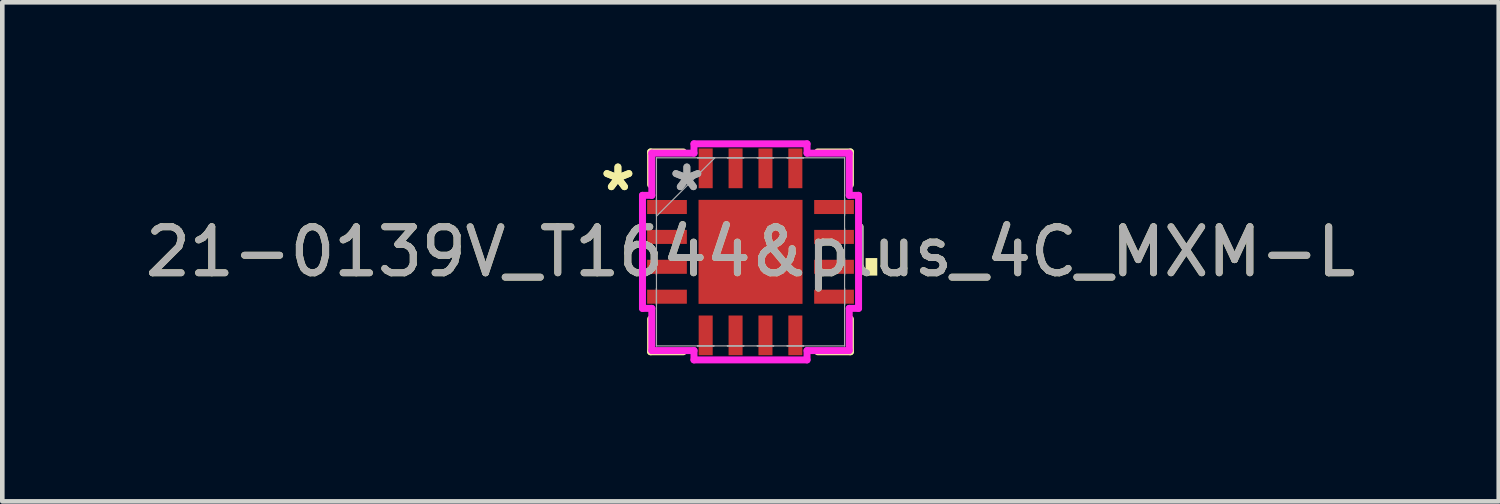
<source format=kicad_pcb>
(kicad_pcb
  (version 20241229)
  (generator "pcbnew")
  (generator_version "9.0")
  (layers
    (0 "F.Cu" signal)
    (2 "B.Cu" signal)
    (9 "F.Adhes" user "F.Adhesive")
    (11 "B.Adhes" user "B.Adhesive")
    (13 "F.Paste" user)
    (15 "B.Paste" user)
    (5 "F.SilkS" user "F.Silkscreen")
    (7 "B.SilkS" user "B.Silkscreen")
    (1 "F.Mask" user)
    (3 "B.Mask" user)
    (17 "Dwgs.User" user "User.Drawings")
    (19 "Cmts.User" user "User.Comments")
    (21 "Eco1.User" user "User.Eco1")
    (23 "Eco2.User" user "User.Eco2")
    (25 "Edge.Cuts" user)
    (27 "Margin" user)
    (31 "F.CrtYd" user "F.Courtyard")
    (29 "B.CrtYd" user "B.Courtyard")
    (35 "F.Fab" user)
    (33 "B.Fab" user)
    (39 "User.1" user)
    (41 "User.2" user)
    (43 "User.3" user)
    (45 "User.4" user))
  (footprint "21-0139V_T1644&plus_4C_MXM-L"
    (layer "F.Cu")
    (at 13.268 2.426)
    (property "Reference" "21-0139V_T1644&plus_4C_MXM-L" (at 0 0 0) (unlocked yes) (layer "F.SilkS") (effects (font (size 1 1) (thickness 0.15))))
    (attr smd)
    (fp_line (start -2.172 -2.172) (end -2.172 -1.46) (stroke (width 0.152) (type solid)) (layer "F.SilkS"))
    (fp_line (start -2.172 1.46) (end -2.172 2.172) (stroke (width 0.152) (type solid)) (layer "F.SilkS"))
    (fp_line (start -2.172 2.172) (end -1.46 2.172) (stroke (width 0.152) (type solid)) (layer "F.SilkS"))
    (fp_line (start -1.46 -2.172) (end -2.172 -2.172) (stroke (width 0.152) (type solid)) (layer "F.SilkS"))
    (fp_line (start 1.46 2.172) (end 2.172 2.172) (stroke (width 0.152) (type solid)) (layer "F.SilkS"))
    (fp_line (start 2.172 -2.172) (end 1.46 -2.172) (stroke (width 0.152) (type solid)) (layer "F.SilkS"))
    (fp_line (start 2.172 -1.46) (end 2.172 -2.172) (stroke (width 0.152) (type solid)) (layer "F.SilkS"))
    (fp_line (start 2.172 2.172) (end 2.172 1.46) (stroke (width 0.152) (type solid)) (layer "F.SilkS"))
    (fp_poly (pts (xy 2.756 0.135) (xy 2.756 0.516) (xy 2.502 0.516) (xy 2.502 0.135)) (stroke (width 0) (type solid)) (fill yes) (layer "F.SilkS"))
    (fp_line (start -2.349 -1.229) (end -2.146 -1.229) (stroke (width 0.152) (type solid)) (layer "F.CrtYd"))
    (fp_line (start -2.349 1.229) (end -2.349 -1.229) (stroke (width 0.152) (type solid)) (layer "F.CrtYd"))
    (fp_line (start -2.146 -2.146) (end -1.229 -2.146) (stroke (width 0.152) (type solid)) (layer "F.CrtYd"))
    (fp_line (start -2.146 -1.229) (end -2.146 -2.146) (stroke (width 0.152) (type solid)) (layer "F.CrtYd"))
    (fp_line (start -2.146 1.229) (end -2.349 1.229) (stroke (width 0.152) (type solid)) (layer "F.CrtYd"))
    (fp_line (start -2.146 2.146) (end -2.146 1.229) (stroke (width 0.152) (type solid)) (layer "F.CrtYd"))
    (fp_line (start -1.229 -2.349) (end 1.229 -2.349) (stroke (width 0.152) (type solid)) (layer "F.CrtYd"))
    (fp_line (start -1.229 -2.146) (end -1.229 -2.349) (stroke (width 0.152) (type solid)) (layer "F.CrtYd"))
    (fp_line (start -1.229 2.146) (end -2.146 2.146) (stroke (width 0.152) (type solid)) (layer "F.CrtYd"))
    (fp_line (start -1.229 2.349) (end -1.229 2.146) (stroke (width 0.152) (type solid)) (layer "F.CrtYd"))
    (fp_line (start 1.229 -2.349) (end 1.229 -2.146) (stroke (width 0.152) (type solid)) (layer "F.CrtYd"))
    (fp_line (start 1.229 -2.146) (end 2.146 -2.146) (stroke (width 0.152) (type solid)) (layer "F.CrtYd"))
    (fp_line (start 1.229 2.146) (end 1.229 2.349) (stroke (width 0.152) (type solid)) (layer "F.CrtYd"))
    (fp_line (start 1.229 2.349) (end -1.229 2.349) (stroke (width 0.152) (type solid)) (layer "F.CrtYd"))
    (fp_line (start 2.146 -2.146) (end 2.146 -1.229) (stroke (width 0.152) (type solid)) (layer "F.CrtYd"))
    (fp_line (start 2.146 -1.229) (end 2.349 -1.229) (stroke (width 0.152) (type solid)) (layer "F.CrtYd"))
    (fp_line (start 2.146 1.229) (end 2.146 2.146) (stroke (width 0.152) (type solid)) (layer "F.CrtYd"))
    (fp_line (start 2.146 2.146) (end 1.229 2.146) (stroke (width 0.152) (type solid)) (layer "F.CrtYd"))
    (fp_line (start 2.349 -1.229) (end 2.349 1.229) (stroke (width 0.152) (type solid)) (layer "F.CrtYd"))
    (fp_line (start 2.349 1.229) (end 2.146 1.229) (stroke (width 0.152) (type solid)) (layer "F.CrtYd"))
    (fp_line (start -2.045 -2.045) (end -2.045 -2.045) (stroke (width 0.025) (type solid)) (layer "F.Fab"))
    (fp_line (start -2.045 -2.045) (end -2.045 2.045) (stroke (width 0.025) (type solid)) (layer "F.Fab"))
    (fp_line (start -2.045 -1.153) (end -2.045 -1.153) (stroke (width 0.025) (type solid)) (layer "F.Fab"))
    (fp_line (start -2.045 -1.153) (end -2.045 -0.797) (stroke (width 0.025) (type solid)) (layer "F.Fab"))
    (fp_line (start -2.045 -0.797) (end -2.045 -1.153) (stroke (width 0.025) (type solid)) (layer "F.Fab"))
    (fp_line (start -2.045 -0.797) (end -2.045 -0.797) (stroke (width 0.025) (type solid)) (layer "F.Fab"))
    (fp_line (start -2.045 -0.775) (end -0.775 -2.045) (stroke (width 0.025) (type solid)) (layer "F.Fab"))
    (fp_line (start -2.045 -0.503) (end -2.045 -0.503) (stroke (width 0.025) (type solid)) (layer "F.Fab"))
    (fp_line (start -2.045 -0.503) (end -2.045 -0.147) (stroke (width 0.025) (type solid)) (layer "F.Fab"))
    (fp_line (start -2.045 -0.147) (end -2.045 -0.503) (stroke (width 0.025) (type solid)) (layer "F.Fab"))
    (fp_line (start -2.045 -0.147) (end -2.045 -0.147) (stroke (width 0.025) (type solid)) (layer "F.Fab"))
    (fp_line (start -2.045 0.147) (end -2.045 0.147) (stroke (width 0.025) (type solid)) (layer "F.Fab"))
    (fp_line (start -2.045 0.147) (end -2.045 0.503) (stroke (width 0.025) (type solid)) (layer "F.Fab"))
    (fp_line (start -2.045 0.503) (end -2.045 0.147) (stroke (width 0.025) (type solid)) (layer "F.Fab"))
    (fp_line (start -2.045 0.503) (end -2.045 0.503) (stroke (width 0.025) (type solid)) (layer "F.Fab"))
    (fp_line (start -2.045 0.797) (end -2.045 0.797) (stroke (width 0.025) (type solid)) (layer "F.Fab"))
    (fp_line (start -2.045 0.797) (end -2.045 1.153) (stroke (width 0.025) (type solid)) (layer "F.Fab"))
    (fp_line (start -2.045 1.153) (end -2.045 0.797) (stroke (width 0.025) (type solid)) (layer "F.Fab"))
    (fp_line (start -2.045 1.153) (end -2.045 1.153) (stroke (width 0.025) (type solid)) (layer "F.Fab"))
    (fp_line (start -2.045 2.045) (end -2.045 2.045) (stroke (width 0.025) (type solid)) (layer "F.Fab"))
    (fp_line (start -2.045 2.045) (end 2.045 2.045) (stroke (width 0.025) (type solid)) (layer "F.Fab"))
    (fp_line (start -1.153 -2.045) (end -1.153 -2.045) (stroke (width 0.025) (type solid)) (layer "F.Fab"))
    (fp_line (start -1.153 -2.045) (end -0.797 -2.045) (stroke (width 0.025) (type solid)) (layer "F.Fab"))
    (fp_line (start -1.153 2.045) (end -1.153 2.045) (stroke (width 0.025) (type solid)) (layer "F.Fab"))
    (fp_line (start -1.153 2.045) (end -0.797 2.045) (stroke (width 0.025) (type solid)) (layer "F.Fab"))
    (fp_line (start -0.797 -2.045) (end -1.153 -2.045) (stroke (width 0.025) (type solid)) (layer "F.Fab"))
    (fp_line (start -0.797 -2.045) (end -0.797 -2.045) (stroke (width 0.025) (type solid)) (layer "F.Fab"))
    (fp_line (start -0.797 2.045) (end -1.153 2.045) (stroke (width 0.025) (type solid)) (layer "F.Fab"))
    (fp_line (start -0.797 2.045) (end -0.797 2.045) (stroke (width 0.025) (type solid)) (layer "F.Fab"))
    (fp_line (start -0.503 -2.045) (end -0.503 -2.045) (stroke (width 0.025) (type solid)) (layer "F.Fab"))
    (fp_line (start -0.503 -2.045) (end -0.147 -2.045) (stroke (width 0.025) (type solid)) (layer "F.Fab"))
    (fp_line (start -0.503 2.045) (end -0.503 2.045) (stroke (width 0.025) (type solid)) (layer "F.Fab"))
    (fp_line (start -0.503 2.045) (end -0.147 2.045) (stroke (width 0.025) (type solid)) (layer "F.Fab"))
    (fp_line (start -0.147 -2.045) (end -0.503 -2.045) (stroke (width 0.025) (type solid)) (layer "F.Fab"))
    (fp_line (start -0.147 -2.045) (end -0.147 -2.045) (stroke (width 0.025) (type solid)) (layer "F.Fab"))
    (fp_line (start -0.147 2.045) (end -0.503 2.045) (stroke (width 0.025) (type solid)) (layer "F.Fab"))
    (fp_line (start -0.147 2.045) (end -0.147 2.045) (stroke (width 0.025) (type solid)) (layer "F.Fab"))
    (fp_line (start 0.147 -2.045) (end 0.147 -2.045) (stroke (width 0.025) (type solid)) (layer "F.Fab"))
    (fp_line (start 0.147 -2.045) (end 0.503 -2.045) (stroke (width 0.025) (type solid)) (layer "F.Fab"))
    (fp_line (start 0.147 2.045) (end 0.147 2.045) (stroke (width 0.025) (type solid)) (layer "F.Fab"))
    (fp_line (start 0.147 2.045) (end 0.503 2.045) (stroke (width 0.025) (type solid)) (layer "F.Fab"))
    (fp_line (start 0.503 -2.045) (end 0.147 -2.045) (stroke (width 0.025) (type solid)) (layer "F.Fab"))
    (fp_line (start 0.503 -2.045) (end 0.503 -2.045) (stroke (width 0.025) (type solid)) (layer "F.Fab"))
    (fp_line (start 0.503 2.045) (end 0.147 2.045) (stroke (width 0.025) (type solid)) (layer "F.Fab"))
    (fp_line (start 0.503 2.045) (end 0.503 2.045) (stroke (width 0.025) (type solid)) (layer "F.Fab"))
    (fp_line (start 0.797 -2.045) (end 0.797 -2.045) (stroke (width 0.025) (type solid)) (layer "F.Fab"))
    (fp_line (start 0.797 -2.045) (end 1.153 -2.045) (stroke (width 0.025) (type solid)) (layer "F.Fab"))
    (fp_line (start 0.797 2.045) (end 0.797 2.045) (stroke (width 0.025) (type solid)) (layer "F.Fab"))
    (fp_line (start 0.797 2.045) (end 1.153 2.045) (stroke (width 0.025) (type solid)) (layer "F.Fab"))
    (fp_line (start 1.153 -2.045) (end 0.797 -2.045) (stroke (width 0.025) (type solid)) (layer "F.Fab"))
    (fp_line (start 1.153 -2.045) (end 1.153 -2.045) (stroke (width 0.025) (type solid)) (layer "F.Fab"))
    (fp_line (start 1.153 2.045) (end 0.797 2.045) (stroke (width 0.025) (type solid)) (layer "F.Fab"))
    (fp_line (start 1.153 2.045) (end 1.153 2.045) (stroke (width 0.025) (type solid)) (layer "F.Fab"))
    (fp_line (start 2.045 -2.045) (end -2.045 -2.045) (stroke (width 0.025) (type solid)) (layer "F.Fab"))
    (fp_line (start 2.045 -2.045) (end 2.045 -2.045) (stroke (width 0.025) (type solid)) (layer "F.Fab"))
    (fp_line (start 2.045 -1.153) (end 2.045 -1.153) (stroke (width 0.025) (type solid)) (layer "F.Fab"))
    (fp_line (start 2.045 -1.153) (end 2.045 -0.797) (stroke (width 0.025) (type solid)) (layer "F.Fab"))
    (fp_line (start 2.045 -0.797) (end 2.045 -1.153) (stroke (width 0.025) (type solid)) (layer "F.Fab"))
    (fp_line (start 2.045 -0.797) (end 2.045 -0.797) (stroke (width 0.025) (type solid)) (layer "F.Fab"))
    (fp_line (start 2.045 -0.503) (end 2.045 -0.503) (stroke (width 0.025) (type solid)) (layer "F.Fab"))
    (fp_line (start 2.045 -0.503) (end 2.045 -0.147) (stroke (width 0.025) (type solid)) (layer "F.Fab"))
    (fp_line (start 2.045 -0.147) (end 2.045 -0.503) (stroke (width 0.025) (type solid)) (layer "F.Fab"))
    (fp_line (start 2.045 -0.147) (end 2.045 -0.147) (stroke (width 0.025) (type solid)) (layer "F.Fab"))
    (fp_line (start 2.045 0.147) (end 2.045 0.147) (stroke (width 0.025) (type solid)) (layer "F.Fab"))
    (fp_line (start 2.045 0.147) (end 2.045 0.503) (stroke (width 0.025) (type solid)) (layer "F.Fab"))
    (fp_line (start 2.045 0.503) (end 2.045 0.147) (stroke (width 0.025) (type solid)) (layer "F.Fab"))
    (fp_line (start 2.045 0.503) (end 2.045 0.503) (stroke (width 0.025) (type solid)) (layer "F.Fab"))
    (fp_line (start 2.045 0.797) (end 2.045 0.797) (stroke (width 0.025) (type solid)) (layer "F.Fab"))
    (fp_line (start 2.045 0.797) (end 2.045 1.153) (stroke (width 0.025) (type solid)) (layer "F.Fab"))
    (fp_line (start 2.045 1.153) (end 2.045 0.797) (stroke (width 0.025) (type solid)) (layer "F.Fab"))
    (fp_line (start 2.045 1.153) (end 2.045 1.153) (stroke (width 0.025) (type solid)) (layer "F.Fab"))
    (fp_line (start 2.045 2.045) (end 2.045 -2.045) (stroke (width 0.025) (type solid)) (layer "F.Fab"))
    (fp_line (start 2.045 2.045) (end 2.045 2.045) (stroke (width 0.025) (type solid)) (layer "F.Fab"))
    (fp_text user "*" (at -2.883 -1.3 0) (unlocked yes) (layer "F.SilkS") (effects (font (size 1 1) (thickness 0.15))))
    (fp_text user "*" (at -2.883 -1.3 0) (layer "F.SilkS") (effects (font (size 1 1) (thickness 0.15))))
    (fp_text user "*" (at -1.384 -1.3 0) (unlocked yes) (layer "F.Fab") (effects (font (size 1 1) (thickness 0.15))))
    (fp_text user "${REFERENCE}" (at 0 0 0) (unlocked yes) (layer "F.Fab") (effects (font (size 1 1) (thickness 0.15))))
    (fp_text user "*" (at -1.384 -1.3 0) (layer "F.Fab") (effects (font (size 1 1) (thickness 0.15))))
    (pad "1" smd rect (at -1.816 -0.975 90) (size 0.305 0.864) (layers "F.Cu" "F.Mask" "F.Paste"))
    (pad "2" smd rect (at -1.816 -0.325 90) (size 0.305 0.864) (layers "F.Cu" "F.Mask" "F.Paste"))
    (pad "3" smd rect (at -1.816 0.325 90) (size 0.305 0.864) (layers "F.Cu" "F.Mask" "F.Paste"))
    (pad "4" smd rect (at -1.816 0.975 90) (size 0.305 0.864) (layers "F.Cu" "F.Mask" "F.Paste"))
    (pad "5" smd rect (at -0.975 1.816) (size 0.305 0.864) (layers "F.Cu" "F.Mask" "F.Paste"))
    (pad "6" smd rect (at -0.325 1.816) (size 0.305 0.864) (layers "F.Cu" "F.Mask" "F.Paste"))
    (pad "7" smd rect (at 0.325 1.816) (size 0.305 0.864) (layers "F.Cu" "F.Mask" "F.Paste"))
    (pad "8" smd rect (at 0.975 1.816) (size 0.305 0.864) (layers "F.Cu" "F.Mask" "F.Paste"))
    (pad "9" smd rect (at 1.816 0.975 90) (size 0.305 0.864) (layers "F.Cu" "F.Mask" "F.Paste"))
    (pad "10" smd rect (at 1.816 0.325 90) (size 0.305 0.864) (layers "F.Cu" "F.Mask" "F.Paste"))
    (pad "11" smd rect (at 1.816 -0.325 90) (size 0.305 0.864) (layers "F.Cu" "F.Mask" "F.Paste"))
    (pad "12" smd rect (at 1.816 -0.975 90) (size 0.305 0.864) (layers "F.Cu" "F.Mask" "F.Paste"))
    (pad "13" smd rect (at 0.975 -1.816) (size 0.305 0.864) (layers "F.Cu" "F.Mask" "F.Paste"))
    (pad "14" smd rect (at 0.325 -1.816) (size 0.305 0.864) (layers "F.Cu" "F.Mask" "F.Paste"))
    (pad "15" smd rect (at -0.325 -1.816) (size 0.305 0.864) (layers "F.Cu" "F.Mask" "F.Paste"))
    (pad "16" smd rect (at -0.975 -1.816) (size 0.305 0.864) (layers "F.Cu" "F.Mask" "F.Paste"))
    (pad "17" smd rect (at 0 0) (size 2.261 2.261) (layers "F.Cu" "F.Mask" "F.Paste")))
  (gr_rect
    (start -3 -3)
    (end 29.536 7.851)
    (stroke (width 0.1) (type default))
    (fill no)
    (layer "Edge.Cuts")))
</source>
